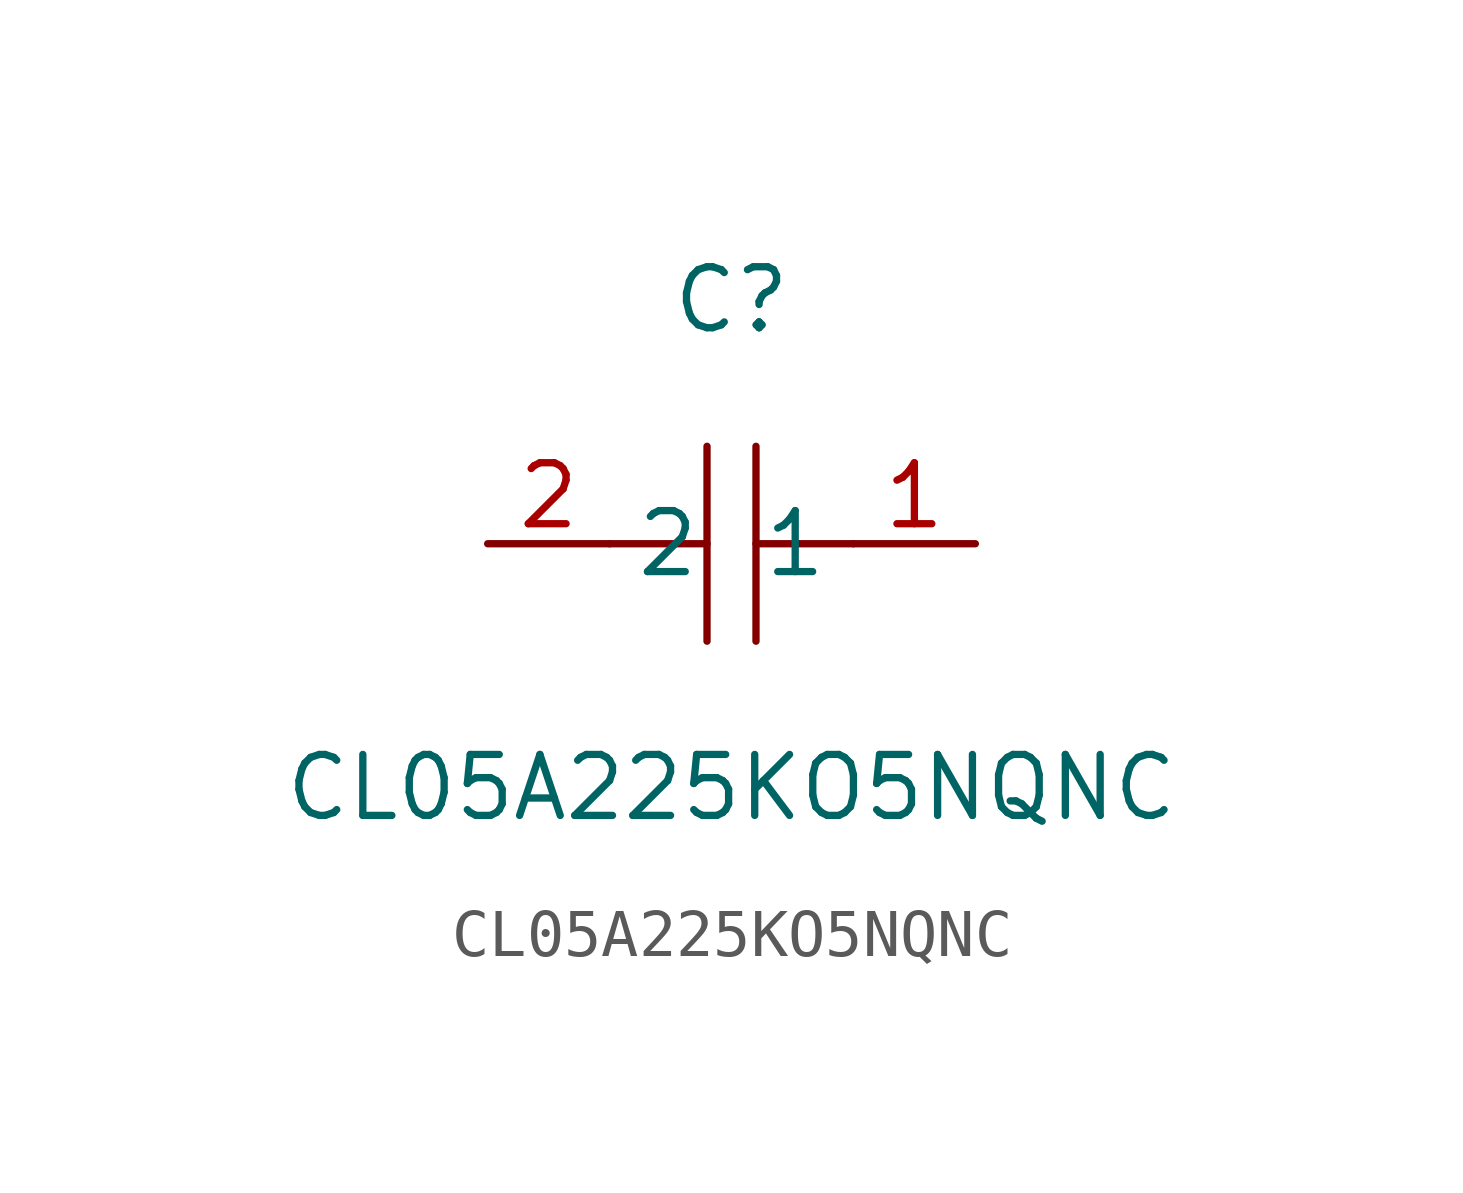
<source format=kicad_sym>
(kicad_symbol_lib
  (version 1)
  (generator "faebryk")
  (symbol "CL05A225KO5NQNC"
    (property "Reference" "C"
      (at 0 5.08 0)
      (effects (font (size 1.27 1.27)) (hide no)))
    (property "Value" "CL05A225KO5NQNC"
      (at 0 -5.08 0)
      (effects (font (size 1.27 1.27)) (hide no)))
    (symbol "CL05A225KO5NQNC_0_1"
      (polyline (stroke (width 0) (type default) (color 0 0 0 0)) (fill (type none)) (pts (xy 0.51 2.03) (xy 0.51 -2.03)))
      (polyline (stroke (width 0) (type default) (color 0 0 0 0)) (fill (type none)) (pts (xy -2.54 0) (xy -0.51 0)))
      (polyline (stroke (width 0) (type default) (color 0 0 0 0)) (fill (type none)) (pts (xy -0.51 -2.03) (xy -0.51 2.03)))
      (polyline (stroke (width 0) (type default) (color 0 0 0 0)) (fill (type none)) (pts (xy 0.51 0) (xy 2.54 0)))
      (pin unspecified line (at 5.08 0 180) (length 2.54) (name "1" (effects (font (size 1.27 1.27)) (hide no))) (number "1" (effects (font (size 1.27 1.27)) (hide no))))
      (pin unspecified line (at -5.08 0 0) (length 2.54) (name "2" (effects (font (size 1.27 1.27)) (hide no))) (number "2" (effects (font (size 1.27 1.27)) (hide no)))))))
</source>
